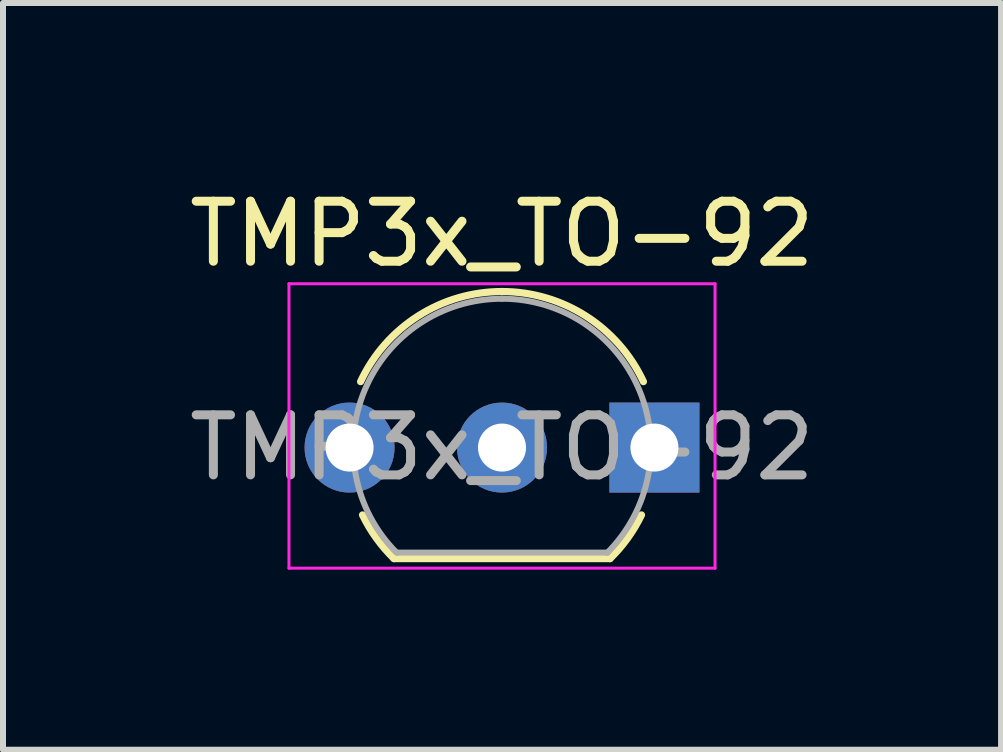
<source format=kicad_pcb>
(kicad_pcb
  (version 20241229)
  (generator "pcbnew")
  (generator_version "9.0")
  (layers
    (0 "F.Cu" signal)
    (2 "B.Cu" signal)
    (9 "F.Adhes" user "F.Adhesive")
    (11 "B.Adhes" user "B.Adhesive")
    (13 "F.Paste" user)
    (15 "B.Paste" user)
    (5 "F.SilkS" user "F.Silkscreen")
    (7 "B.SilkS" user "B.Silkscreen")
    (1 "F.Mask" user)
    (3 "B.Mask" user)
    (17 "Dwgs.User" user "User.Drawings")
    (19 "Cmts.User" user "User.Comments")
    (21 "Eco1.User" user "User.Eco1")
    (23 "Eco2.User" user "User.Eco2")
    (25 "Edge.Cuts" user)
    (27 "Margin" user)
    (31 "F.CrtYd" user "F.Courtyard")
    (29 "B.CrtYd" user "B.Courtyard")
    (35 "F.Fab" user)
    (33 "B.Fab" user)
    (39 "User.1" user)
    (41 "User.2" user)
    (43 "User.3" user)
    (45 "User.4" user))
  (footprint "TMP3x_TO-92"
    (layer "F.Cu")
    (at 2.775 4.408)
    (property "Reference" "TMP3x_TO-92" (at 2.54 -3.56 0) (layer "F.SilkS") (effects (font (size 1 1) (thickness 0.15))))
    (attr through_hole)
    (fp_line (start 0.74 1.85) (end 4.34 1.85) (stroke (width 0.12) (type solid)) (layer "F.SilkS"))
    (fp_arc (start 0.1836 -1.098807) (mid 1.143021 -2.192817) (end 2.54 -2.6) (stroke (width 0.12) (type solid)) (layer "F.SilkS"))
    (fp_arc (start 0.74 1.85) (mid 0.446097 1.509328) (end 0.215816 1.122795) (stroke (width 0.12) (type solid)) (layer "F.SilkS"))
    (fp_arc (start 2.54 -2.6) (mid 3.936979 -2.192818) (end 4.8964 -1.098807) (stroke (width 0.12) (type solid)) (layer "F.SilkS"))
    (fp_arc (start 4.864184 1.122795) (mid 4.633903 1.509328) (end 4.34 1.85) (stroke (width 0.12) (type solid)) (layer "F.SilkS"))
    (fp_line (start -1.01 -2.73) (end -1.01 2.01) (stroke (width 0.05) (type solid)) (layer "F.CrtYd"))
    (fp_line (start -1.01 -2.73) (end 6.09 -2.73) (stroke (width 0.05) (type solid)) (layer "F.CrtYd"))
    (fp_line (start 6.09 2.01) (end -1.01 2.01) (stroke (width 0.05) (type solid)) (layer "F.CrtYd"))
    (fp_line (start 6.09 2.01) (end 6.09 -2.73) (stroke (width 0.05) (type solid)) (layer "F.CrtYd"))
    (fp_line (start 0.8 1.75) (end 4.3 1.75) (stroke (width 0.1) (type solid)) (layer "F.Fab"))
    (fp_arc (start 0.786375 1.753625) (mid 0.248779 -0.949055) (end 2.54 -2.48) (stroke (width 0.1) (type solid)) (layer "F.Fab"))
    (fp_arc (start 2.54 -2.48) (mid 4.831221 -0.949055) (end 4.293625 1.753625) (stroke (width 0.1) (type solid)) (layer "F.Fab"))
    (fp_text user "${REFERENCE}" (at 2.54 0 0) (layer "F.Fab") (effects (font (size 1 1) (thickness 0.15))))
    (pad "1" thru_hole circle (at 0 0) (size 1.5 1.5) (drill 0.8) (layers "*.Cu" "*.Mask"))
    (pad "2" thru_hole circle (at 2.54 0) (size 1.5 1.5) (drill 0.8) (layers "*.Cu" "*.Mask"))
    (pad "3" thru_hole rect (at 5.08 0) (size 1.5 1.5) (drill 0.8) (layers "*.Cu" "*.Mask")))
  (gr_rect
    (start -3 -3)
    (end 13.631 9.443)
    (stroke (width 0.1) (type default))
    (fill no)
    (layer "Edge.Cuts")))
</source>
